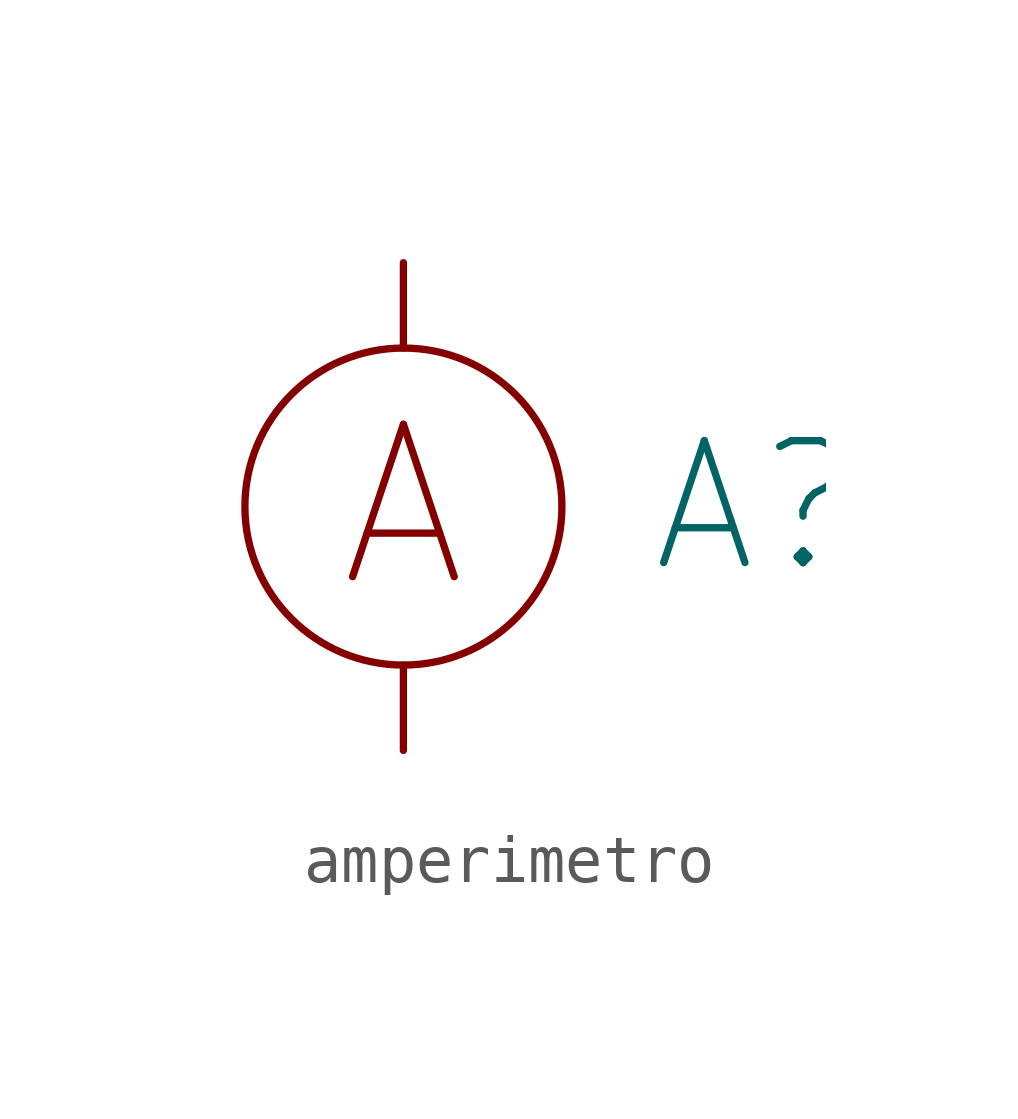
<source format=kicad_sym>
(kicad_symbol_lib
  (version 20231120)
  (generator "kicad_symbol_editor")
  (generator_version "8.0")
  (symbol "amperimetro"
    (pin_names
      (offset 1.016))
    (property "Reference" "A"
      (at 5.08 -5.08 0)
      (effects (font (size 2.54 2.54)) (justify left)))
    (symbol "amperimetro_0_0"
      (text "A" (at 0 -5.08 0) (effects (font (size 3.175 3.175)))))
    (symbol "amperimetro_0_1"
      (circle (center 0 -5.08) (radius 3.302) (stroke (width 0) (type default)) (fill (type none))))
    (symbol "amperimetro_1_1"
      (pin input line (at 0 -10.16 90) (length 1.778) (name "" (effects (font (size 1.27 1.27)))) (number "" (effects (font (size 1.143 1.143)))))
      (pin input line (at 0 0 270) (length 1.778) (name "" (effects (font (size 1.27 1.27)))) (number "" (effects (font (size 1.143 1.143))))))))
</source>
